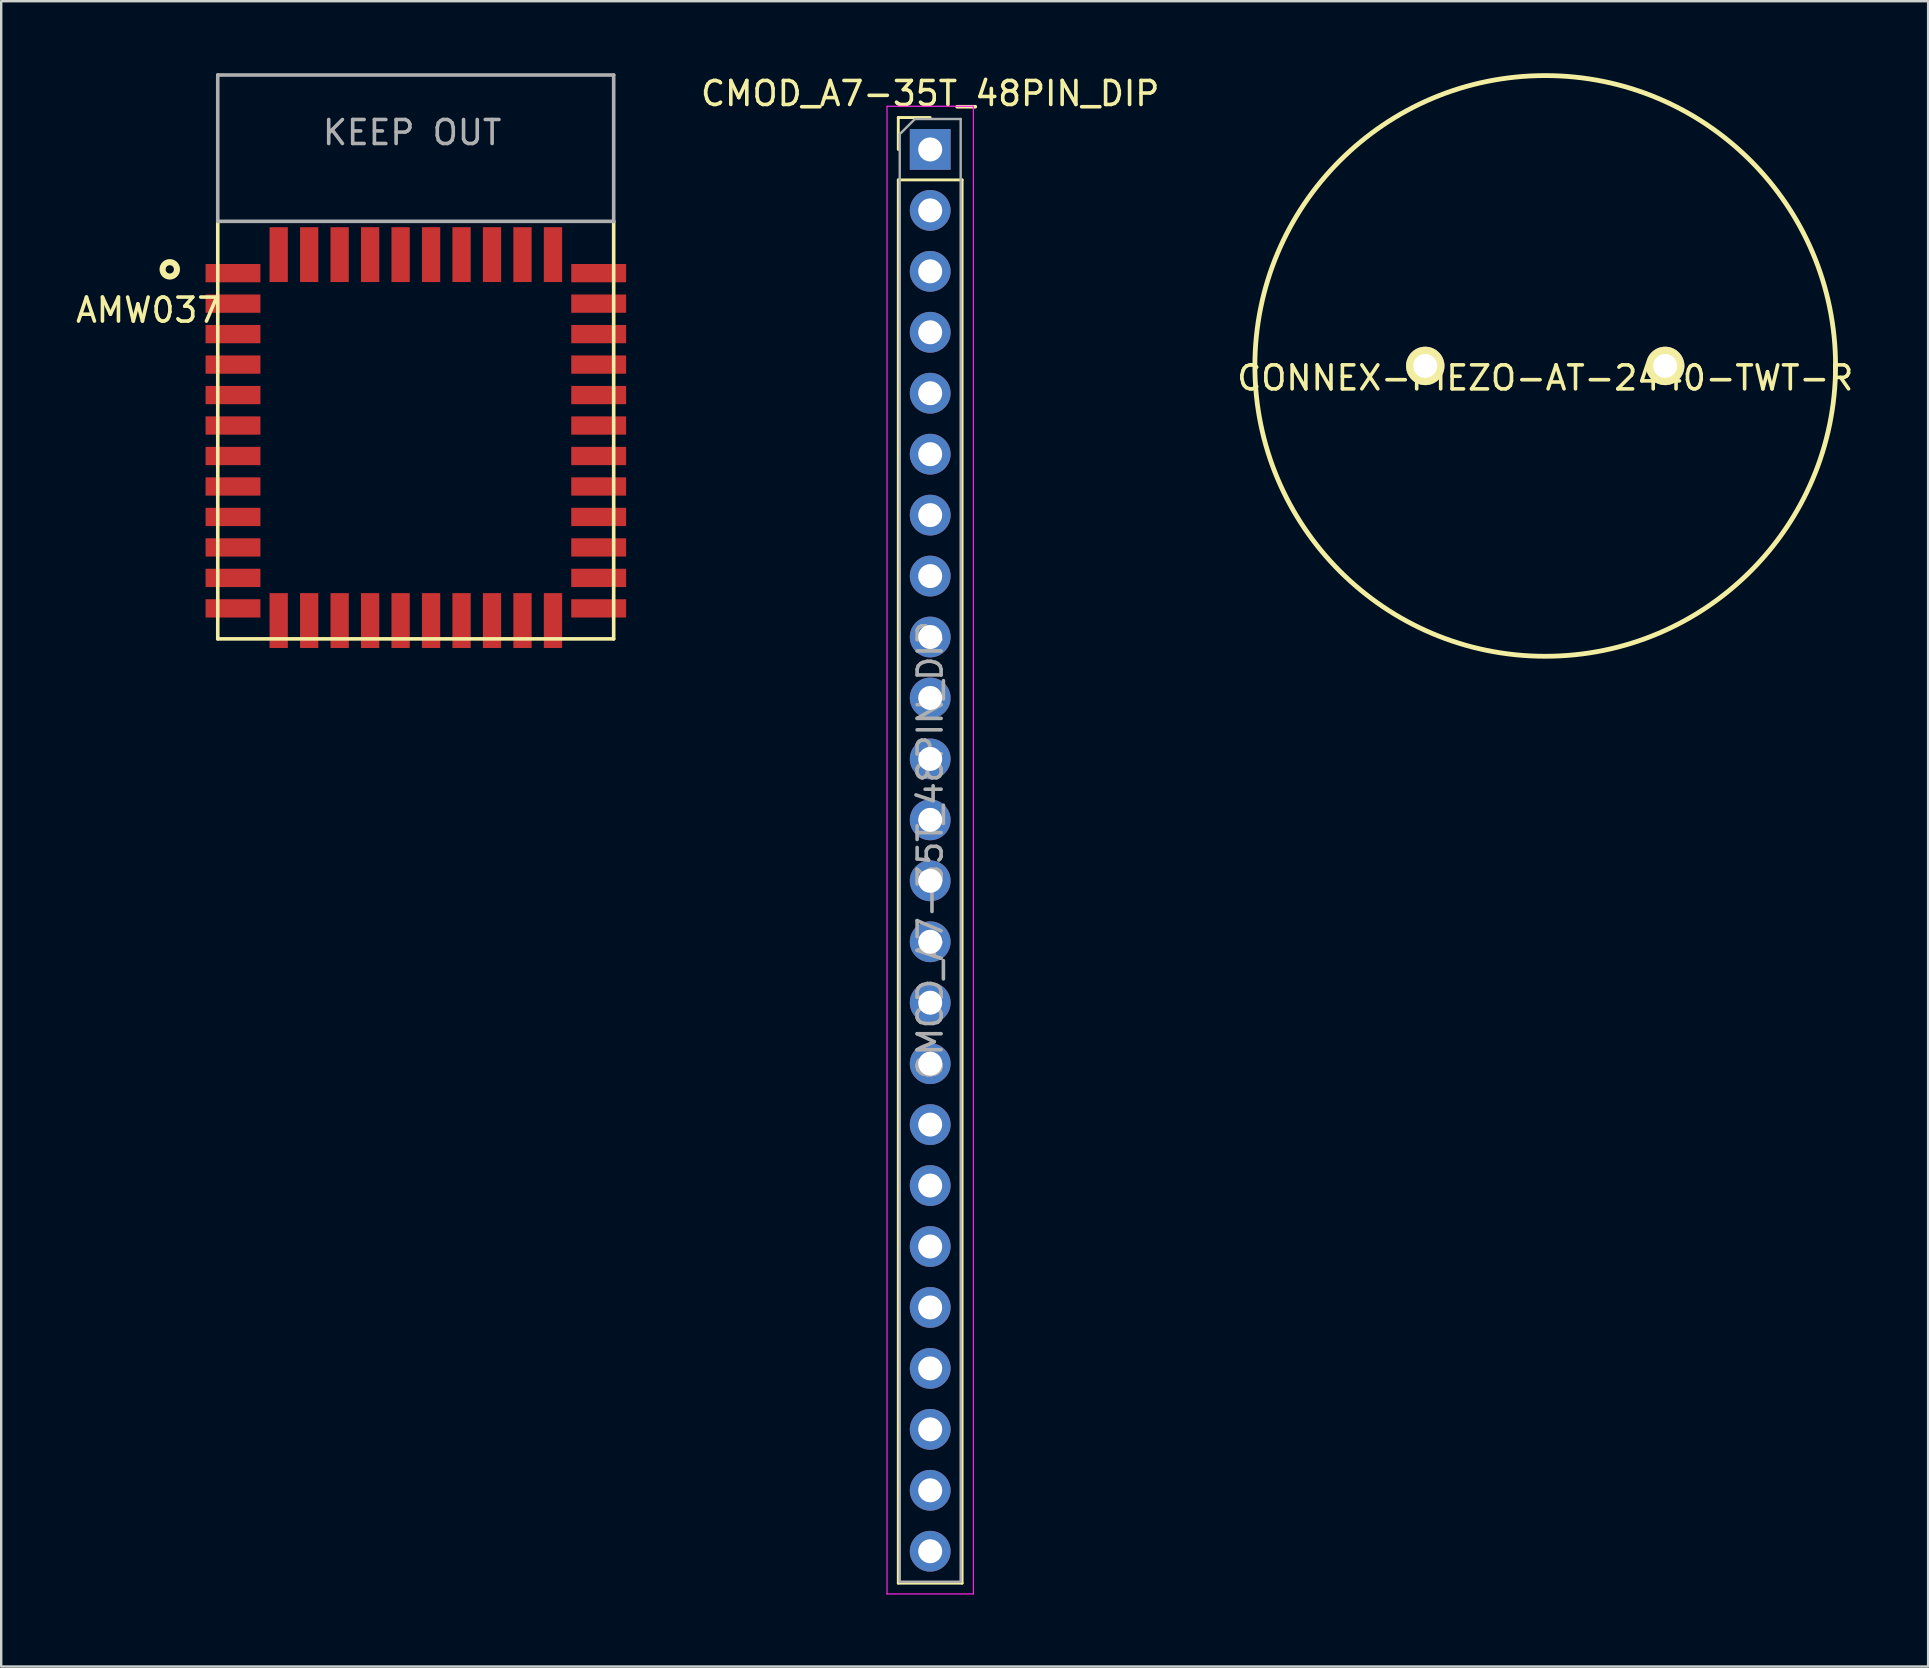
<source format=kicad_pcb>
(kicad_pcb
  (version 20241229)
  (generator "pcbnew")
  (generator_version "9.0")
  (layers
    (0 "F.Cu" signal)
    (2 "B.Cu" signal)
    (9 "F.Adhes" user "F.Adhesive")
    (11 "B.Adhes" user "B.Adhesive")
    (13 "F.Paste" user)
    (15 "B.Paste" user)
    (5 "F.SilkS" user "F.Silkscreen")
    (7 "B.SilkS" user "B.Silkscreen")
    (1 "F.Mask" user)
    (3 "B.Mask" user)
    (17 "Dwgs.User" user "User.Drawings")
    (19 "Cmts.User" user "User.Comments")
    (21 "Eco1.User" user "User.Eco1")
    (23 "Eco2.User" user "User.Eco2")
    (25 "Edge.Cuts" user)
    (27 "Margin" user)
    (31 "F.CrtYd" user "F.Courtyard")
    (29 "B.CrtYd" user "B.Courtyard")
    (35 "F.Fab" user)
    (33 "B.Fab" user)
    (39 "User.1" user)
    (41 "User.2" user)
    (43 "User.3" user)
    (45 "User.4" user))
  (footprint "CMOD_A7-35T_48PIN_DIP"
    (layer "F.Cu")
    (at 35.716 3.178)
    (property "Reference" "CMOD_A7-35T_48PIN_DIP" (at 0 -2.33 0) (layer "F.SilkS") (effects (font (size 1 1) (thickness 0.15))))
    (attr through_hole)
    (fp_line (start -1.33 -1.33) (end 0 -1.33) (stroke (width 0.12) (type solid)) (layer "F.SilkS"))
    (fp_line (start -1.33 0) (end -1.33 -1.33) (stroke (width 0.12) (type solid)) (layer "F.SilkS"))
    (fp_line (start -1.33 1.27) (end -1.33 59.75) (stroke (width 0.12) (type solid)) (layer "F.SilkS"))
    (fp_line (start -1.33 1.27) (end 1.33 1.27) (stroke (width 0.12) (type solid)) (layer "F.SilkS"))
    (fp_line (start -1.33 59.75) (end 1.33 59.75) (stroke (width 0.12) (type solid)) (layer "F.SilkS"))
    (fp_line (start 1.33 1.27) (end 1.33 59.75) (stroke (width 0.12) (type solid)) (layer "F.SilkS"))
    (fp_line (start -1.8 -1.8) (end -1.8 60.2) (stroke (width 0.05) (type solid)) (layer "F.CrtYd"))
    (fp_line (start -1.8 60.2) (end 1.8 60.2) (stroke (width 0.05) (type solid)) (layer "F.CrtYd"))
    (fp_line (start 1.8 -1.8) (end -1.8 -1.8) (stroke (width 0.05) (type solid)) (layer "F.CrtYd"))
    (fp_line (start 1.8 60.2) (end 1.8 -1.8) (stroke (width 0.05) (type solid)) (layer "F.CrtYd"))
    (fp_line (start -1.27 -0.635) (end -0.635 -1.27) (stroke (width 0.1) (type solid)) (layer "F.Fab"))
    (fp_line (start -1.27 59.69) (end -1.27 -0.635) (stroke (width 0.1) (type solid)) (layer "F.Fab"))
    (fp_line (start -0.635 -1.27) (end 1.27 -1.27) (stroke (width 0.1) (type solid)) (layer "F.Fab"))
    (fp_line (start 1.27 -1.27) (end 1.27 59.69) (stroke (width 0.1) (type solid)) (layer "F.Fab"))
    (fp_line (start 1.27 59.69) (end -1.27 59.69) (stroke (width 0.1) (type solid)) (layer "F.Fab"))
    (fp_text user "${REFERENCE}" (at 0 29.21 90) (layer "F.Fab") (effects (font (size 1 1) (thickness 0.15))))
    (pad "1" thru_hole rect (at 0 0) (size 1.7 1.7) (drill 1) (layers "*.Cu" "*.Mask"))
    (pad "2" thru_hole oval (at 0 2.54) (size 1.7 1.7) (drill 1) (layers "*.Cu" "*.Mask"))
    (pad "3" thru_hole oval (at 0 5.08) (size 1.7 1.7) (drill 1) (layers "*.Cu" "*.Mask"))
    (pad "4" thru_hole oval (at 0 7.62) (size 1.7 1.7) (drill 1) (layers "*.Cu" "*.Mask"))
    (pad "5" thru_hole oval (at 0 10.16) (size 1.7 1.7) (drill 1) (layers "*.Cu" "*.Mask"))
    (pad "6" thru_hole oval (at 0 12.7) (size 1.7 1.7) (drill 1) (layers "*.Cu" "*.Mask"))
    (pad "7" thru_hole oval (at 0 15.24) (size 1.7 1.7) (drill 1) (layers "*.Cu" "*.Mask"))
    (pad "8" thru_hole oval (at 0 17.78) (size 1.7 1.7) (drill 1) (layers "*.Cu" "*.Mask"))
    (pad "9" thru_hole oval (at 0 20.32) (size 1.7 1.7) (drill 1) (layers "*.Cu" "*.Mask"))
    (pad "10" thru_hole oval (at 0 22.86) (size 1.7 1.7) (drill 1) (layers "*.Cu" "*.Mask"))
    (pad "11" thru_hole oval (at 0 25.4) (size 1.7 1.7) (drill 1) (layers "*.Cu" "*.Mask"))
    (pad "12" thru_hole oval (at 0 27.94) (size 1.7 1.7) (drill 1) (layers "*.Cu" "*.Mask"))
    (pad "13" thru_hole oval (at 0 30.48) (size 1.7 1.7) (drill 1) (layers "*.Cu" "*.Mask"))
    (pad "14" thru_hole oval (at 0 33.02) (size 1.7 1.7) (drill 1) (layers "*.Cu" "*.Mask"))
    (pad "15" thru_hole oval (at 0 35.56) (size 1.7 1.7) (drill 1) (layers "*.Cu" "*.Mask"))
    (pad "16" thru_hole oval (at 0 38.1) (size 1.7 1.7) (drill 1) (layers "*.Cu" "*.Mask"))
    (pad "17" thru_hole oval (at 0 40.64) (size 1.7 1.7) (drill 1) (layers "*.Cu" "*.Mask"))
    (pad "18" thru_hole oval (at 0 43.18) (size 1.7 1.7) (drill 1) (layers "*.Cu" "*.Mask"))
    (pad "19" thru_hole oval (at 0 45.72) (size 1.7 1.7) (drill 1) (layers "*.Cu" "*.Mask"))
    (pad "20" thru_hole oval (at 0 48.26) (size 1.7 1.7) (drill 1) (layers "*.Cu" "*.Mask"))
    (pad "21" thru_hole oval (at 0 50.8) (size 1.7 1.7) (drill 1) (layers "*.Cu" "*.Mask"))
    (pad "22" thru_hole oval (at 0 53.34) (size 1.7 1.7) (drill 1) (layers "*.Cu" "*.Mask"))
    (pad "23" thru_hole oval (at 0 55.88) (size 1.7 1.7) (drill 1) (layers "*.Cu" "*.Mask"))
    (pad "24" thru_hole oval (at 0 58.42) (size 1.7 1.7) (drill 1) (layers "*.Cu" "*.Mask")))
  (footprint "AMW037"
    (layer "F.Cu")
    (at 6.025 6.175)
    (property "Reference" "AMW037" (at -2.9 3.7 0) (layer "F.SilkS") (effects (font (size 1 1) (thickness 0.15))))
    (attr through_hole)
    (fp_line (start 0 0) (end 0 17.4) (stroke (width 0.15) (type solid)) (layer "F.SilkS"))
    (fp_line (start 0 17.4) (end 16.5 17.4) (stroke (width 0.15) (type solid)) (layer "F.SilkS"))
    (fp_line (start 16.5 17.4) (end 16.5 0) (stroke (width 0.15) (type solid)) (layer "F.SilkS"))
    (fp_circle (center -2 2) (end -1.7 2) (stroke (width 0.254) (type solid)) (fill no) (layer "F.SilkS"))
    (fp_line (start 0 -6.1) (end 16.5 -6.1) (stroke (width 0.15) (type solid)) (layer "F.Fab"))
    (fp_line (start 0 0) (end 0 -6.1) (stroke (width 0.15) (type solid)) (layer "F.Fab"))
    (fp_line (start 16.5 -6.1) (end 16.5 0) (stroke (width 0.15) (type solid)) (layer "F.Fab"))
    (fp_line (start 16.5 0) (end 0 0) (stroke (width 0.15) (type solid)) (layer "F.Fab"))
    (fp_text user "KEEP OUT" (at 8.1 -3.7 0) (layer "F.Fab") (effects (font (size 1 1) (thickness 0.15))))
    (pad "1" smd rect (at 0.635 2.159) (size 2.286 0.762) (layers "F.Cu" "F.Mask" "F.Paste"))
    (pad "2" smd rect (at 0.635 3.429) (size 2.286 0.762) (layers "F.Cu" "F.Mask" "F.Paste"))
    (pad "3" smd rect (at 0.635 4.699) (size 2.286 0.762) (layers "F.Cu" "F.Mask" "F.Paste"))
    (pad "4" smd rect (at 0.635 5.969) (size 2.286 0.762) (layers "F.Cu" "F.Mask" "F.Paste"))
    (pad "5" smd rect (at 0.635 7.239) (size 2.286 0.762) (layers "F.Cu" "F.Mask" "F.Paste"))
    (pad "6" smd rect (at 0.635 8.509) (size 2.286 0.762) (layers "F.Cu" "F.Mask" "F.Paste"))
    (pad "7" smd rect (at 0.635 9.779) (size 2.286 0.762) (layers "F.Cu" "F.Mask" "F.Paste"))
    (pad "8" smd rect (at 0.635 11.049) (size 2.286 0.762) (layers "F.Cu" "F.Mask" "F.Paste"))
    (pad "9" smd rect (at 0.635 12.319) (size 2.286 0.762) (layers "F.Cu" "F.Mask" "F.Paste"))
    (pad "10" smd rect (at 0.635 13.589) (size 2.286 0.762) (layers "F.Cu" "F.Mask" "F.Paste"))
    (pad "11" smd rect (at 0.635 14.859) (size 2.286 0.762) (layers "F.Cu" "F.Mask" "F.Paste"))
    (pad "12" smd rect (at 0.635 16.129) (size 2.286 0.762) (layers "F.Cu" "F.Mask" "F.Paste"))
    (pad "13" smd rect (at 2.54 16.637 90) (size 2.286 0.762) (layers "F.Cu" "F.Mask" "F.Paste"))
    (pad "14" smd rect (at 3.81 16.637 90) (size 2.286 0.762) (layers "F.Cu" "F.Mask" "F.Paste"))
    (pad "15" smd rect (at 5.08 16.637 90) (size 2.286 0.762) (layers "F.Cu" "F.Mask" "F.Paste"))
    (pad "16" smd rect (at 6.35 16.637 90) (size 2.286 0.762) (layers "F.Cu" "F.Mask" "F.Paste"))
    (pad "17" smd rect (at 7.62 16.637 90) (size 2.286 0.762) (layers "F.Cu" "F.Mask" "F.Paste"))
    (pad "18" smd rect (at 8.89 16.637 90) (size 2.286 0.762) (layers "F.Cu" "F.Mask" "F.Paste"))
    (pad "19" smd rect (at 10.16 16.637 90) (size 2.286 0.762) (layers "F.Cu" "F.Mask" "F.Paste"))
    (pad "20" smd rect (at 11.43 16.637 90) (size 2.286 0.762) (layers "F.Cu" "F.Mask" "F.Paste"))
    (pad "21" smd rect (at 12.7 16.637 90) (size 2.286 0.762) (layers "F.Cu" "F.Mask" "F.Paste"))
    (pad "22" smd rect (at 13.97 16.637 90) (size 2.286 0.762) (layers "F.Cu" "F.Mask" "F.Paste"))
    (pad "23" smd rect (at 15.875 16.129) (size 2.286 0.762) (layers "F.Cu" "F.Mask" "F.Paste"))
    (pad "24" smd rect (at 15.875 14.859) (size 2.286 0.762) (layers "F.Cu" "F.Mask" "F.Paste"))
    (pad "25" smd rect (at 15.875 13.589) (size 2.286 0.762) (layers "F.Cu" "F.Mask" "F.Paste"))
    (pad "26" smd rect (at 15.875 12.319) (size 2.286 0.762) (layers "F.Cu" "F.Mask" "F.Paste"))
    (pad "27" smd rect (at 15.875 11.049) (size 2.286 0.762) (layers "F.Cu" "F.Mask" "F.Paste"))
    (pad "28" smd rect (at 15.875 9.779) (size 2.286 0.762) (layers "F.Cu" "F.Mask" "F.Paste"))
    (pad "29" smd rect (at 15.875 8.509) (size 2.286 0.762) (layers "F.Cu" "F.Mask" "F.Paste"))
    (pad "30" smd rect (at 15.875 7.239) (size 2.286 0.762) (layers "F.Cu" "F.Mask" "F.Paste"))
    (pad "31" smd rect (at 15.875 5.969) (size 2.286 0.762) (layers "F.Cu" "F.Mask" "F.Paste"))
    (pad "32" smd rect (at 15.875 4.699) (size 2.286 0.762) (layers "F.Cu" "F.Mask" "F.Paste"))
    (pad "33" smd rect (at 15.875 3.429) (size 2.286 0.762) (layers "F.Cu" "F.Mask" "F.Paste"))
    (pad "34" smd rect (at 15.875 2.159) (size 2.286 0.762) (layers "F.Cu" "F.Mask" "F.Paste"))
    (pad "35" smd rect (at 13.97 1.386 90) (size 2.286 0.762) (layers "F.Cu" "F.Mask" "F.Paste"))
    (pad "36" smd rect (at 12.7 1.386 90) (size 2.286 0.762) (layers "F.Cu" "F.Mask" "F.Paste"))
    (pad "37" smd rect (at 11.43 1.386 90) (size 2.286 0.762) (layers "F.Cu" "F.Mask" "F.Paste"))
    (pad "38" smd rect (at 10.16 1.386 90) (size 2.286 0.762) (layers "F.Cu" "F.Mask" "F.Paste"))
    (pad "39" smd rect (at 8.89 1.386 90) (size 2.286 0.762) (layers "F.Cu" "F.Mask" "F.Paste"))
    (pad "40" smd rect (at 7.62 1.386 90) (size 2.286 0.762) (layers "F.Cu" "F.Mask" "F.Paste"))
    (pad "41" smd rect (at 6.35 1.386 90) (size 2.286 0.762) (layers "F.Cu" "F.Mask" "F.Paste"))
    (pad "42" smd rect (at 5.08 1.386 90) (size 2.286 0.762) (layers "F.Cu" "F.Mask" "F.Paste"))
    (pad "43" smd rect (at 3.81 1.386 90) (size 2.286 0.762) (layers "F.Cu" "F.Mask" "F.Paste"))
    (pad "44" smd rect (at 2.54 1.386 90) (size 2.286 0.762) (layers "F.Cu" "F.Mask" "F.Paste")))
  (footprint "CONNEX-PIEZO-AT-2440-TWT-R"
    (layer "F.Cu")
    (at 61.347 12.2)
    (property "Reference" "CONNEX-PIEZO-AT-2440-TWT-R" (at 0 0.5 0) (layer "F.SilkS") (effects (font (size 1 1) (thickness 0.15))))
    (attr through_hole)
    (fp_circle (center 0 0) (end 12.1 0) (stroke (width 0.2) (type solid)) (fill no) (layer "F.SilkS"))
    (pad "1" thru_hole circle (at 5 0) (size 1.6 1.6) (drill 1) (layers "*.Cu" "*.Mask" "F.SilkS"))
    (pad "2" thru_hole circle (at -5 0) (size 1.6 1.6) (drill 1) (layers "*.Cu" "*.Mask" "F.SilkS")))
  (gr_rect
    (start -3 -3)
    (end 77.305 66.403)
    (stroke (width 0.1) (type default))
    (fill no)
    (layer "Edge.Cuts")))
</source>
